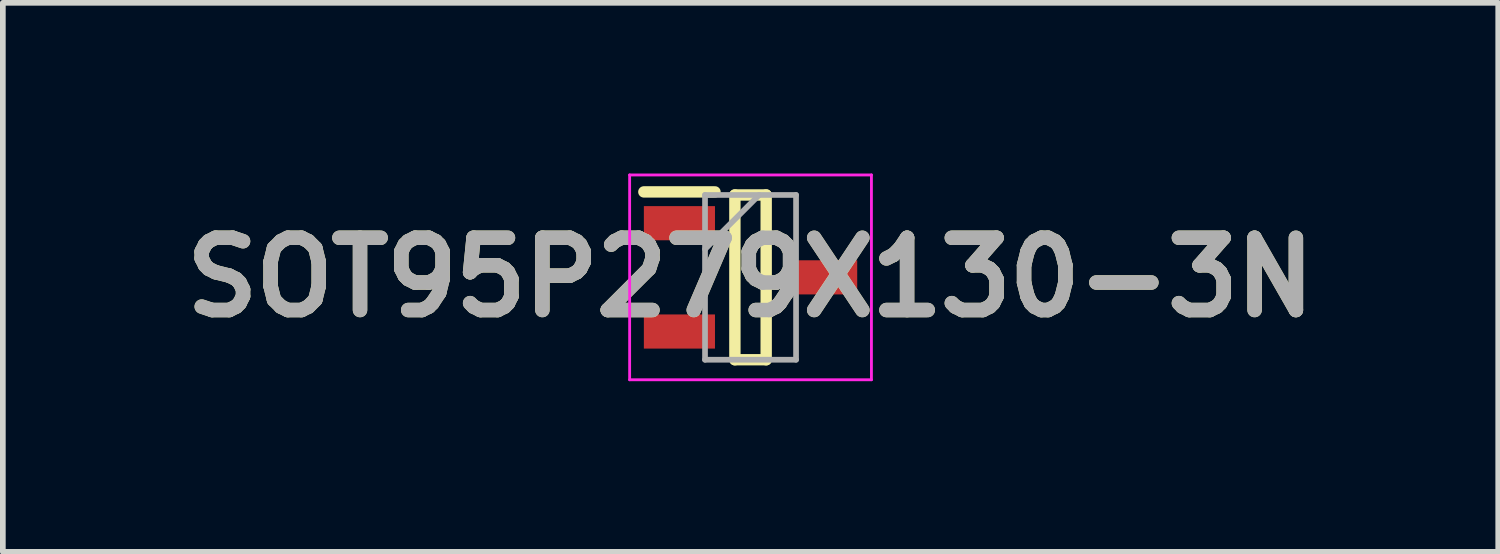
<source format=kicad_pcb>
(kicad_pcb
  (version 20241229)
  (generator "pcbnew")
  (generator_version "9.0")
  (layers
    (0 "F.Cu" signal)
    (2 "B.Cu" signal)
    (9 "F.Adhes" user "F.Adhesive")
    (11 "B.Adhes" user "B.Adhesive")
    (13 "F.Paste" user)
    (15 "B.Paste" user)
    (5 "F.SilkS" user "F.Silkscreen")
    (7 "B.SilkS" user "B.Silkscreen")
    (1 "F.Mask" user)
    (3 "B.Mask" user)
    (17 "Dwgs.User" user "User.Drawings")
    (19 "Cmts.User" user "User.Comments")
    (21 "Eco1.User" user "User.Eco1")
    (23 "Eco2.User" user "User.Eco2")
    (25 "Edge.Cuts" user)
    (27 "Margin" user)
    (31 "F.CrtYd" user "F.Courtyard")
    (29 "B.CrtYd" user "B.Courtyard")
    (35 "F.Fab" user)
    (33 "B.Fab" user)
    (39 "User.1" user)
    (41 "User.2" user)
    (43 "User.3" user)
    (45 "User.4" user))
  (footprint "SOT95P279X130-3N"
    (layer "F.Cu")
    (at 10.142 1.825)
    (property "Reference" "SOT95P279X130-3N" (at 0 0 0) (layer "F.SilkS") (effects (font (size 1.27 1.27) (thickness 0.254))))
    (attr smd)
    (fp_line (start -1.875 -1.502) (end -0.625 -1.502) (stroke (width 0.2) (type solid)) (layer "F.SilkS"))
    (fp_line (start -0.275 -1.448) (end 0.275 -1.448) (stroke (width 0.2) (type solid)) (layer "F.SilkS"))
    (fp_line (start -0.275 1.448) (end -0.275 -1.448) (stroke (width 0.2) (type solid)) (layer "F.SilkS"))
    (fp_line (start 0.275 -1.448) (end 0.275 1.448) (stroke (width 0.2) (type solid)) (layer "F.SilkS"))
    (fp_line (start 0.275 1.448) (end -0.275 1.448) (stroke (width 0.2) (type solid)) (layer "F.SilkS"))
    (fp_line (start -2.125 -1.8) (end 2.125 -1.8) (stroke (width 0.05) (type solid)) (layer "F.CrtYd"))
    (fp_line (start -2.125 1.8) (end -2.125 -1.8) (stroke (width 0.05) (type solid)) (layer "F.CrtYd"))
    (fp_line (start 2.125 -1.8) (end 2.125 1.8) (stroke (width 0.05) (type solid)) (layer "F.CrtYd"))
    (fp_line (start 2.125 1.8) (end -2.125 1.8) (stroke (width 0.05) (type solid)) (layer "F.CrtYd"))
    (fp_line (start -0.8 -1.448) (end 0.8 -1.448) (stroke (width 0.1) (type solid)) (layer "F.Fab"))
    (fp_line (start -0.8 -0.496) (end 0.152 -1.448) (stroke (width 0.1) (type solid)) (layer "F.Fab"))
    (fp_line (start -0.8 1.448) (end -0.8 -1.448) (stroke (width 0.1) (type solid)) (layer "F.Fab"))
    (fp_line (start 0.8 -1.448) (end 0.8 1.448) (stroke (width 0.1) (type solid)) (layer "F.Fab"))
    (fp_line (start 0.8 1.448) (end -0.8 1.448) (stroke (width 0.1) (type solid)) (layer "F.Fab"))
    (fp_text user "${REFERENCE}" (at 0 0 0) (layer "F.Fab") (effects (font (size 1.27 1.27) (thickness 0.254))))
    (pad "1" smd rect (at -1.25 -0.952 90) (size 0.6 1.25) (layers "F.Cu" "F.Mask" "F.Paste"))
    (pad "2" smd rect (at -1.25 0.952 90) (size 0.6 1.25) (layers "F.Cu" "F.Mask" "F.Paste"))
    (pad "3" smd rect (at 1.25 0 90) (size 0.6 1.25) (layers "F.Cu" "F.Mask" "F.Paste")))
  (gr_rect
    (start -3 -3)
    (end 23.284 6.65)
    (stroke (width 0.1) (type default))
    (fill no)
    (layer "Edge.Cuts")))
</source>
